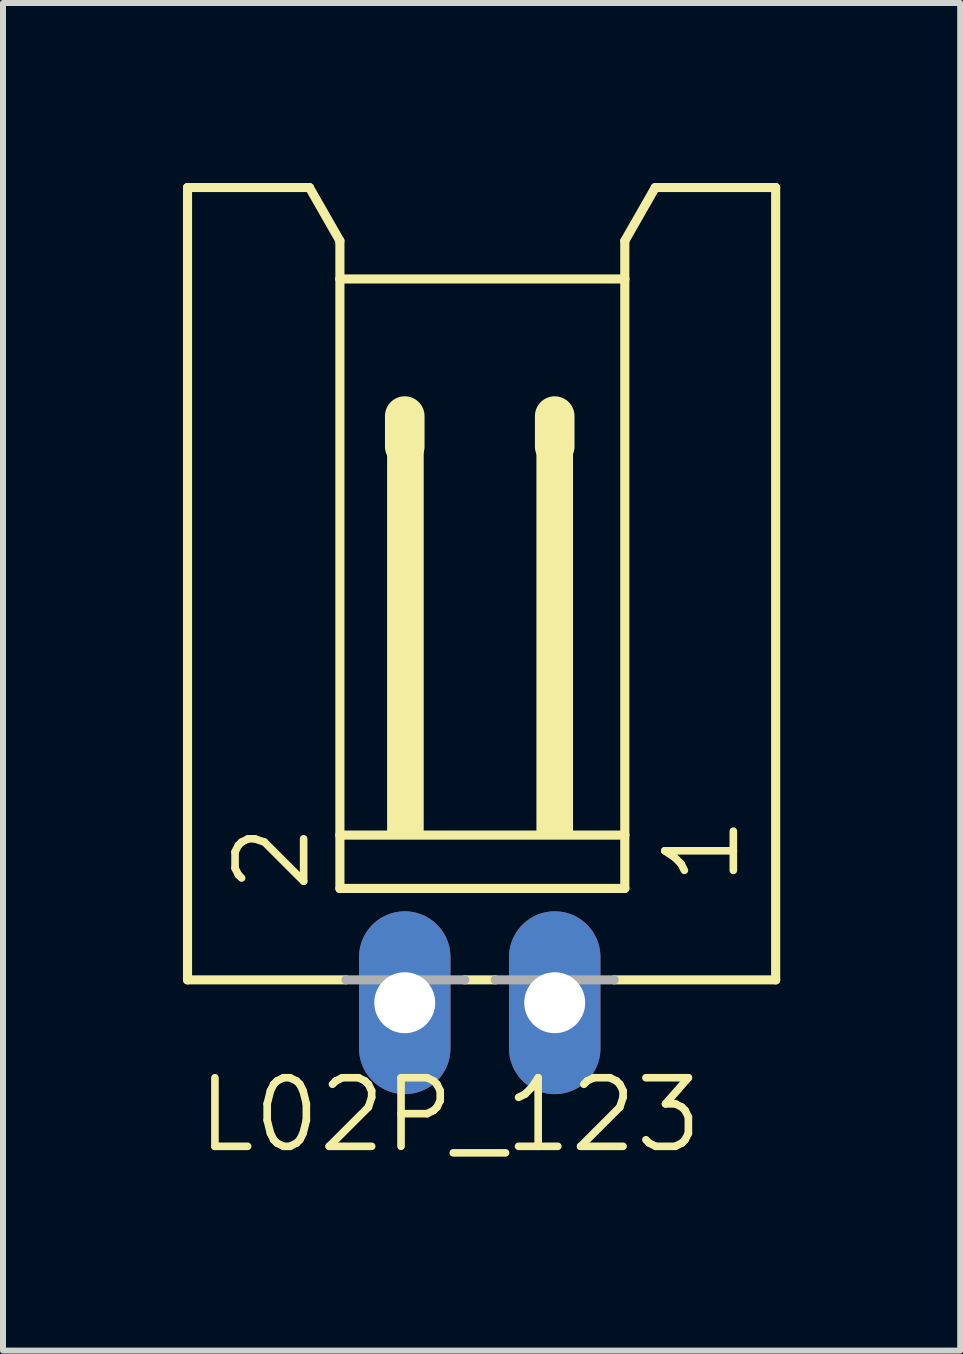
<source format=kicad_pcb>
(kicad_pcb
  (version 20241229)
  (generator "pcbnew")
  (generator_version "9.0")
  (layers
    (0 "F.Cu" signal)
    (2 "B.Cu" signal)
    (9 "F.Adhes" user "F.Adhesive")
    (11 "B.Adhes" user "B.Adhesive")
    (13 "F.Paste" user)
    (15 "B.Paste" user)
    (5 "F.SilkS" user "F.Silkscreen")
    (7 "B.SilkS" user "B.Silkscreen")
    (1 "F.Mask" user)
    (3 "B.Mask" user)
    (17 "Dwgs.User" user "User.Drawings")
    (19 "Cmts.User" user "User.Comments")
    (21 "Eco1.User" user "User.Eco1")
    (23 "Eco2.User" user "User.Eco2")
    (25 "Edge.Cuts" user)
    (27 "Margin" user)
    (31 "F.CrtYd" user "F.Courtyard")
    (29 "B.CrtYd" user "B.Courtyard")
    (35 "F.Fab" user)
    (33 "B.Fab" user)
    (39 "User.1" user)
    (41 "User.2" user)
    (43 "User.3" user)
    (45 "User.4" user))
  (footprint "L02P_123"
    (layer "F.Cu")
    (at 4.947 7.415)
    (property "Reference" "L02P_123" (at -4.77 8.79 0) (layer "F.SilkS") (effects (font (size 1.143 1.143) (thickness 0.127)) (justify left bottom)))
    (fp_line (start -4.871 -7.339) (end -2.839 -7.339) (stroke (width 0.152) (type solid)) (layer "F.SilkS"))
    (fp_line (start -4.871 5.869) (end -4.871 -7.339) (stroke (width 0.152) (type solid)) (layer "F.SilkS"))
    (fp_line (start -2.839 -7.339) (end -2.331 -6.45) (stroke (width 0.152) (type solid)) (layer "F.SilkS"))
    (fp_line (start -2.331 -6.45) (end -2.331 -5.815) (stroke (width 0.152) (type solid)) (layer "F.SilkS"))
    (fp_line (start -2.331 -5.815) (end -2.331 3.456) (stroke (width 0.152) (type solid)) (layer "F.SilkS"))
    (fp_line (start -2.331 3.456) (end -2.331 4.345) (stroke (width 0.152) (type solid)) (layer "F.SilkS"))
    (fp_line (start -2.23 5.869) (end -4.871 5.869) (stroke (width 0.152) (type solid)) (layer "F.SilkS"))
    (fp_line (start -1.25 -3.529) (end -1.25 -3.021) (stroke (width 0.66) (type solid)) (layer "F.SilkS"))
    (fp_line (start 0.259 5.869) (end -0.249 5.869) (stroke (width 0.152) (type solid)) (layer "F.SilkS"))
    (fp_line (start 1.25 -3.529) (end 1.25 -3.021) (stroke (width 0.66) (type solid)) (layer "F.SilkS"))
    (fp_line (start 2.418 -6.45) (end 2.418 -5.815) (stroke (width 0.152) (type solid)) (layer "F.SilkS"))
    (fp_line (start 2.418 -6.45) (end 2.926 -7.339) (stroke (width 0.152) (type solid)) (layer "F.SilkS"))
    (fp_line (start 2.418 -5.815) (end -2.331 -5.815) (stroke (width 0.152) (type solid)) (layer "F.SilkS"))
    (fp_line (start 2.418 -5.815) (end 2.418 3.456) (stroke (width 0.152) (type solid)) (layer "F.SilkS"))
    (fp_line (start 2.418 3.456) (end -2.331 3.456) (stroke (width 0.152) (type solid)) (layer "F.SilkS"))
    (fp_line (start 2.418 3.456) (end 2.418 4.345) (stroke (width 0.152) (type solid)) (layer "F.SilkS"))
    (fp_line (start 2.418 4.345) (end -2.331 4.345) (stroke (width 0.152) (type solid)) (layer "F.SilkS"))
    (fp_line (start 4.933 -7.339) (end 2.926 -7.339) (stroke (width 0.152) (type solid)) (layer "F.SilkS"))
    (fp_line (start 4.933 5.869) (end 2.241 5.869) (stroke (width 0.152) (type solid)) (layer "F.SilkS"))
    (fp_line (start 4.933 5.869) (end 4.933 -7.339) (stroke (width 0.152) (type solid)) (layer "F.SilkS"))
    (fp_poly (pts (xy -1.544 3.456) (xy -0.934 3.456) (xy -0.934 -3.148) (xy -1.544 -3.148)) (stroke (width 0) (type default)) (fill yes) (layer "F.SilkS"))
    (fp_poly (pts (xy 0.945 3.456) (xy 1.555 3.456) (xy 1.555 -3.148) (xy 0.945 -3.148)) (stroke (width 0) (type default)) (fill yes) (layer "F.SilkS"))
    (fp_line (start -2.23 5.869) (end -0.249 5.869) (stroke (width 0.152) (type solid)) (layer "F.Fab"))
    (fp_line (start 0.259 5.869) (end 2.241 5.869) (stroke (width 0.152) (type solid)) (layer "F.Fab"))
    (fp_poly (pts (xy -1.544 6.504) (xy -0.934 6.504) (xy -0.934 5.869) (xy -1.544 5.869)) (stroke (width 0.1) (type default)) (fill no) (layer "F.Fab"))
    (fp_poly (pts (xy 0.945 6.504) (xy 1.555 6.504) (xy 1.555 5.869) (xy 0.945 5.869)) (stroke (width 0.1) (type default)) (fill no) (layer "F.Fab"))
    (fp_text user "1" (at 4.374 4.345 90) (layer "F.SilkS") (effects (font (size 1.143 1.143) (thickness 0.127)) (justify left bottom)))
    (fp_text user "2" (at -2.789 4.472 90) (layer "F.SilkS") (effects (font (size 1.143 1.143) (thickness 0.127)) (justify left bottom)))
    (pad "1" thru_hole oval (at 1.25 6.25 90) (size 3.048 1.524) (drill 1.016) (layers "*.Cu" "*.Mask"))
    (pad "2" thru_hole oval (at -1.25 6.25 90) (size 3.048 1.524) (drill 1.016) (layers "*.Cu" "*.Mask")))
  (gr_rect
    (start -3 -3)
    (end 12.956 19.464)
    (stroke (width 0.1) (type default))
    (fill no)
    (layer "Edge.Cuts")))
</source>
